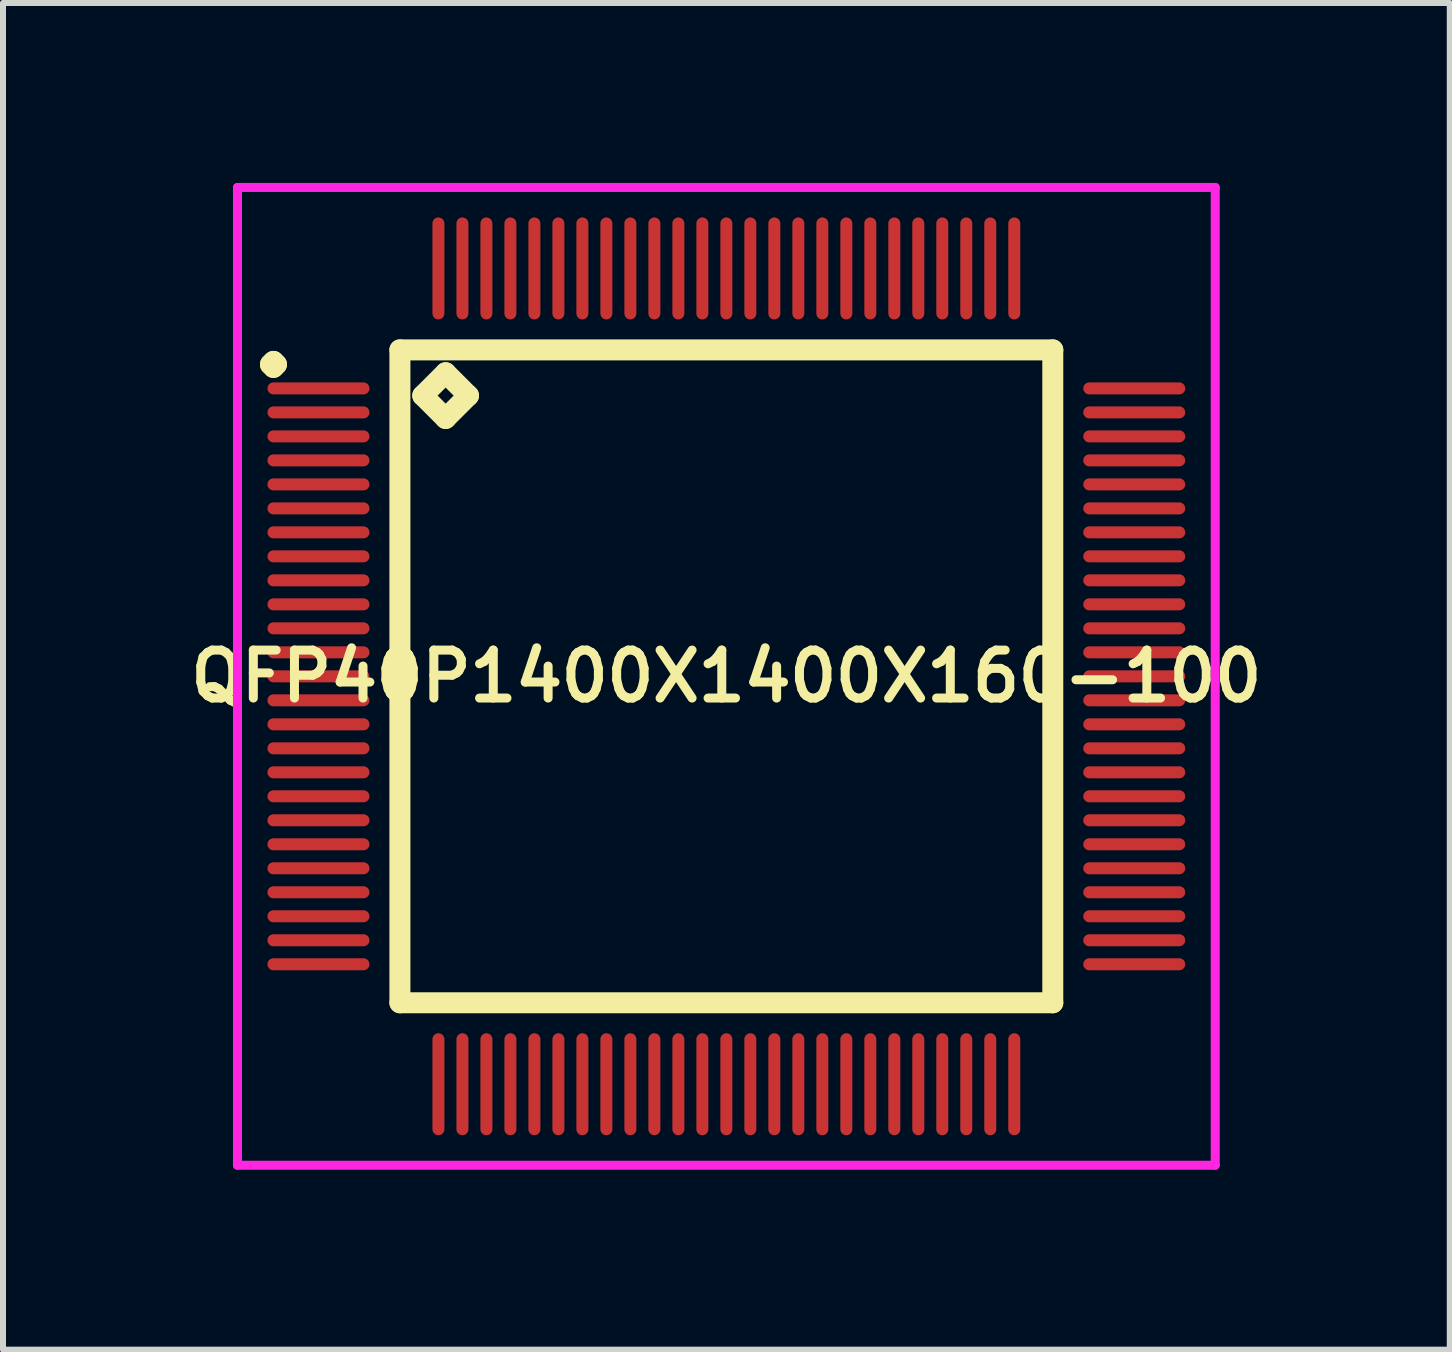
<source format=kicad_pcb>
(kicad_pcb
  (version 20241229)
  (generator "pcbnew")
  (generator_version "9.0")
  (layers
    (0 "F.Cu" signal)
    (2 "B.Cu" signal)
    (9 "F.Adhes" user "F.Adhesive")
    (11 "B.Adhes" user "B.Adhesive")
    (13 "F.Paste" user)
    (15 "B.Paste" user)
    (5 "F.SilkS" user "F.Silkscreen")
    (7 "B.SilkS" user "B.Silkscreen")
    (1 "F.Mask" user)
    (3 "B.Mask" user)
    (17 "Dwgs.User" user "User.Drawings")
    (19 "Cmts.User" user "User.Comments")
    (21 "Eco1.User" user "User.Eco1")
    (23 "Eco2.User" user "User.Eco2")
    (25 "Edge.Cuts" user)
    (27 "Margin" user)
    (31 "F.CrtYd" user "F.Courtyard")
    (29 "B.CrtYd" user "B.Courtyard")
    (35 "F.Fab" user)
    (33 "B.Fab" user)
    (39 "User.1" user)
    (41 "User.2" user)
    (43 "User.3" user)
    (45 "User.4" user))
  (footprint "QFP40P1400X1400X160-100"
    (layer "F.Cu")
    (at 9.059 8.225)
    (property "Reference" "QFP40P1400X1400X160-100" (at 0 0 0) (layer "F.SilkS") (effects (font (size 0.8 0.8) (thickness 0.15))))
    (attr smd)
    (fp_line (start -7.6 -5.2) (end -7.55 -5.25) (stroke (width 0.35) (type solid)) (layer "F.SilkS"))
    (fp_line (start -7.55 -5.25) (end -7.5 -5.2) (stroke (width 0.35) (type solid)) (layer "F.SilkS"))
    (fp_line (start -7.55 -5.15) (end -7.6 -5.2) (stroke (width 0.35) (type solid)) (layer "F.SilkS"))
    (fp_line (start -7.5 -5.2) (end -7.55 -5.15) (stroke (width 0.35) (type solid)) (layer "F.SilkS"))
    (fp_line (start -5.442 -5.442) (end -5.442 5.442) (stroke (width 0.35) (type solid)) (layer "F.SilkS"))
    (fp_line (start -5.442 5.442) (end 5.442 5.442) (stroke (width 0.35) (type solid)) (layer "F.SilkS"))
    (fp_line (start -5.061 -4.68) (end -4.68 -5.061) (stroke (width 0.35) (type solid)) (layer "F.SilkS"))
    (fp_line (start -4.68 -5.061) (end -4.299 -4.68) (stroke (width 0.35) (type solid)) (layer "F.SilkS"))
    (fp_line (start -4.68 -4.299) (end -5.061 -4.68) (stroke (width 0.35) (type solid)) (layer "F.SilkS"))
    (fp_line (start -4.299 -4.68) (end -4.68 -4.299) (stroke (width 0.35) (type solid)) (layer "F.SilkS"))
    (fp_line (start 5.442 -5.442) (end -5.442 -5.442) (stroke (width 0.35) (type solid)) (layer "F.SilkS"))
    (fp_line (start 5.442 5.442) (end 5.442 -5.442) (stroke (width 0.35) (type solid)) (layer "F.SilkS"))
    (fp_line (start -8.15 -8.15) (end 8.15 -8.15) (stroke (width 0.15) (type solid)) (layer "F.CrtYd"))
    (fp_line (start -8.15 8.15) (end -8.15 -8.15) (stroke (width 0.15) (type solid)) (layer "F.CrtYd"))
    (fp_line (start 8.15 -8.15) (end 8.15 8.15) (stroke (width 0.15) (type solid)) (layer "F.CrtYd"))
    (fp_line (start 8.15 8.15) (end -8.15 8.15) (stroke (width 0.15) (type solid)) (layer "F.CrtYd"))
    (pad "1" smd oval (at -6.8 -4.8) (size 1.7 0.2) (layers "F.Cu" "F.Mask" "F.Paste"))
    (pad "2" smd oval (at -6.8 -4.4) (size 1.7 0.2) (layers "F.Cu" "F.Mask" "F.Paste"))
    (pad "3" smd oval (at -6.8 -4) (size 1.7 0.2) (layers "F.Cu" "F.Mask" "F.Paste"))
    (pad "4" smd oval (at -6.8 -3.6) (size 1.7 0.2) (layers "F.Cu" "F.Mask" "F.Paste"))
    (pad "5" smd oval (at -6.8 -3.2) (size 1.7 0.2) (layers "F.Cu" "F.Mask" "F.Paste"))
    (pad "6" smd oval (at -6.8 -2.8) (size 1.7 0.2) (layers "F.Cu" "F.Mask" "F.Paste"))
    (pad "7" smd oval (at -6.8 -2.4) (size 1.7 0.2) (layers "F.Cu" "F.Mask" "F.Paste"))
    (pad "8" smd oval (at -6.8 -2) (size 1.7 0.2) (layers "F.Cu" "F.Mask" "F.Paste"))
    (pad "9" smd oval (at -6.8 -1.6) (size 1.7 0.2) (layers "F.Cu" "F.Mask" "F.Paste"))
    (pad "10" smd oval (at -6.8 -1.2) (size 1.7 0.2) (layers "F.Cu" "F.Mask" "F.Paste"))
    (pad "11" smd oval (at -6.8 -0.8) (size 1.7 0.2) (layers "F.Cu" "F.Mask" "F.Paste"))
    (pad "12" smd oval (at -6.8 -0.4) (size 1.7 0.2) (layers "F.Cu" "F.Mask" "F.Paste"))
    (pad "13" smd oval (at -6.8 0) (size 1.7 0.2) (layers "F.Cu" "F.Mask" "F.Paste"))
    (pad "14" smd oval (at -6.8 0.4) (size 1.7 0.2) (layers "F.Cu" "F.Mask" "F.Paste"))
    (pad "15" smd oval (at -6.8 0.8) (size 1.7 0.2) (layers "F.Cu" "F.Mask" "F.Paste"))
    (pad "16" smd oval (at -6.8 1.2) (size 1.7 0.2) (layers "F.Cu" "F.Mask" "F.Paste"))
    (pad "17" smd oval (at -6.8 1.6) (size 1.7 0.2) (layers "F.Cu" "F.Mask" "F.Paste"))
    (pad "18" smd oval (at -6.8 2) (size 1.7 0.2) (layers "F.Cu" "F.Mask" "F.Paste"))
    (pad "19" smd oval (at -6.8 2.4) (size 1.7 0.2) (layers "F.Cu" "F.Mask" "F.Paste"))
    (pad "20" smd oval (at -6.8 2.8) (size 1.7 0.2) (layers "F.Cu" "F.Mask" "F.Paste"))
    (pad "21" smd oval (at -6.8 3.2) (size 1.7 0.2) (layers "F.Cu" "F.Mask" "F.Paste"))
    (pad "22" smd oval (at -6.8 3.6) (size 1.7 0.2) (layers "F.Cu" "F.Mask" "F.Paste"))
    (pad "23" smd oval (at -6.8 4) (size 1.7 0.2) (layers "F.Cu" "F.Mask" "F.Paste"))
    (pad "24" smd oval (at -6.8 4.4) (size 1.7 0.2) (layers "F.Cu" "F.Mask" "F.Paste"))
    (pad "25" smd oval (at -6.8 4.8) (size 1.7 0.2) (layers "F.Cu" "F.Mask" "F.Paste"))
    (pad "26" smd oval (at -4.8 6.8) (size 0.2 1.7) (layers "F.Cu" "F.Mask" "F.Paste"))
    (pad "27" smd oval (at -4.4 6.8) (size 0.2 1.7) (layers "F.Cu" "F.Mask" "F.Paste"))
    (pad "28" smd oval (at -4 6.8) (size 0.2 1.7) (layers "F.Cu" "F.Mask" "F.Paste"))
    (pad "29" smd oval (at -3.6 6.8) (size 0.2 1.7) (layers "F.Cu" "F.Mask" "F.Paste"))
    (pad "30" smd oval (at -3.2 6.8) (size 0.2 1.7) (layers "F.Cu" "F.Mask" "F.Paste"))
    (pad "31" smd oval (at -2.8 6.8) (size 0.2 1.7) (layers "F.Cu" "F.Mask" "F.Paste"))
    (pad "32" smd oval (at -2.4 6.8) (size 0.2 1.7) (layers "F.Cu" "F.Mask" "F.Paste"))
    (pad "33" smd oval (at -2 6.8) (size 0.2 1.7) (layers "F.Cu" "F.Mask" "F.Paste"))
    (pad "34" smd oval (at -1.6 6.8) (size 0.2 1.7) (layers "F.Cu" "F.Mask" "F.Paste"))
    (pad "35" smd oval (at -1.2 6.8) (size 0.2 1.7) (layers "F.Cu" "F.Mask" "F.Paste"))
    (pad "36" smd oval (at -0.8 6.8) (size 0.2 1.7) (layers "F.Cu" "F.Mask" "F.Paste"))
    (pad "37" smd oval (at -0.4 6.8) (size 0.2 1.7) (layers "F.Cu" "F.Mask" "F.Paste"))
    (pad "38" smd oval (at 0 6.8) (size 0.2 1.7) (layers "F.Cu" "F.Mask" "F.Paste"))
    (pad "39" smd oval (at 0.4 6.8) (size 0.2 1.7) (layers "F.Cu" "F.Mask" "F.Paste"))
    (pad "40" smd oval (at 0.8 6.8) (size 0.2 1.7) (layers "F.Cu" "F.Mask" "F.Paste"))
    (pad "41" smd oval (at 1.2 6.8) (size 0.2 1.7) (layers "F.Cu" "F.Mask" "F.Paste"))
    (pad "42" smd oval (at 1.6 6.8) (size 0.2 1.7) (layers "F.Cu" "F.Mask" "F.Paste"))
    (pad "43" smd oval (at 2 6.8) (size 0.2 1.7) (layers "F.Cu" "F.Mask" "F.Paste"))
    (pad "44" smd oval (at 2.4 6.8) (size 0.2 1.7) (layers "F.Cu" "F.Mask" "F.Paste"))
    (pad "45" smd oval (at 2.8 6.8) (size 0.2 1.7) (layers "F.Cu" "F.Mask" "F.Paste"))
    (pad "46" smd oval (at 3.2 6.8) (size 0.2 1.7) (layers "F.Cu" "F.Mask" "F.Paste"))
    (pad "47" smd oval (at 3.6 6.8) (size 0.2 1.7) (layers "F.Cu" "F.Mask" "F.Paste"))
    (pad "48" smd oval (at 4 6.8) (size 0.2 1.7) (layers "F.Cu" "F.Mask" "F.Paste"))
    (pad "49" smd oval (at 4.4 6.8) (size 0.2 1.7) (layers "F.Cu" "F.Mask" "F.Paste"))
    (pad "50" smd oval (at 4.8 6.8) (size 0.2 1.7) (layers "F.Cu" "F.Mask" "F.Paste"))
    (pad "51" smd oval (at 6.8 4.8) (size 1.7 0.2) (layers "F.Cu" "F.Mask" "F.Paste"))
    (pad "52" smd oval (at 6.8 4.4) (size 1.7 0.2) (layers "F.Cu" "F.Mask" "F.Paste"))
    (pad "53" smd oval (at 6.8 4) (size 1.7 0.2) (layers "F.Cu" "F.Mask" "F.Paste"))
    (pad "54" smd oval (at 6.8 3.6) (size 1.7 0.2) (layers "F.Cu" "F.Mask" "F.Paste"))
    (pad "55" smd oval (at 6.8 3.2) (size 1.7 0.2) (layers "F.Cu" "F.Mask" "F.Paste"))
    (pad "56" smd oval (at 6.8 2.8) (size 1.7 0.2) (layers "F.Cu" "F.Mask" "F.Paste"))
    (pad "57" smd oval (at 6.8 2.4) (size 1.7 0.2) (layers "F.Cu" "F.Mask" "F.Paste"))
    (pad "58" smd oval (at 6.8 2) (size 1.7 0.2) (layers "F.Cu" "F.Mask" "F.Paste"))
    (pad "59" smd oval (at 6.8 1.6) (size 1.7 0.2) (layers "F.Cu" "F.Mask" "F.Paste"))
    (pad "60" smd oval (at 6.8 1.2) (size 1.7 0.2) (layers "F.Cu" "F.Mask" "F.Paste"))
    (pad "61" smd oval (at 6.8 0.8) (size 1.7 0.2) (layers "F.Cu" "F.Mask" "F.Paste"))
    (pad "62" smd oval (at 6.8 0.4) (size 1.7 0.2) (layers "F.Cu" "F.Mask" "F.Paste"))
    (pad "63" smd oval (at 6.8 0) (size 1.7 0.2) (layers "F.Cu" "F.Mask" "F.Paste"))
    (pad "64" smd oval (at 6.8 -0.4) (size 1.7 0.2) (layers "F.Cu" "F.Mask" "F.Paste"))
    (pad "65" smd oval (at 6.8 -0.8) (size 1.7 0.2) (layers "F.Cu" "F.Mask" "F.Paste"))
    (pad "66" smd oval (at 6.8 -1.2) (size 1.7 0.2) (layers "F.Cu" "F.Mask" "F.Paste"))
    (pad "67" smd oval (at 6.8 -1.6) (size 1.7 0.2) (layers "F.Cu" "F.Mask" "F.Paste"))
    (pad "68" smd oval (at 6.8 -2) (size 1.7 0.2) (layers "F.Cu" "F.Mask" "F.Paste"))
    (pad "69" smd oval (at 6.8 -2.4) (size 1.7 0.2) (layers "F.Cu" "F.Mask" "F.Paste"))
    (pad "70" smd oval (at 6.8 -2.8) (size 1.7 0.2) (layers "F.Cu" "F.Mask" "F.Paste"))
    (pad "71" smd oval (at 6.8 -3.2) (size 1.7 0.2) (layers "F.Cu" "F.Mask" "F.Paste"))
    (pad "72" smd oval (at 6.8 -3.6) (size 1.7 0.2) (layers "F.Cu" "F.Mask" "F.Paste"))
    (pad "73" smd oval (at 6.8 -4) (size 1.7 0.2) (layers "F.Cu" "F.Mask" "F.Paste"))
    (pad "74" smd oval (at 6.8 -4.4) (size 1.7 0.2) (layers "F.Cu" "F.Mask" "F.Paste"))
    (pad "75" smd oval (at 6.8 -4.8) (size 1.7 0.2) (layers "F.Cu" "F.Mask" "F.Paste"))
    (pad "76" smd oval (at 4.8 -6.8) (size 0.2 1.7) (layers "F.Cu" "F.Mask" "F.Paste"))
    (pad "77" smd oval (at 4.4 -6.8) (size 0.2 1.7) (layers "F.Cu" "F.Mask" "F.Paste"))
    (pad "78" smd oval (at 4 -6.8) (size 0.2 1.7) (layers "F.Cu" "F.Mask" "F.Paste"))
    (pad "79" smd oval (at 3.6 -6.8) (size 0.2 1.7) (layers "F.Cu" "F.Mask" "F.Paste"))
    (pad "80" smd oval (at 3.2 -6.8) (size 0.2 1.7) (layers "F.Cu" "F.Mask" "F.Paste"))
    (pad "81" smd oval (at 2.8 -6.8) (size 0.2 1.7) (layers "F.Cu" "F.Mask" "F.Paste"))
    (pad "82" smd oval (at 2.4 -6.8) (size 0.2 1.7) (layers "F.Cu" "F.Mask" "F.Paste"))
    (pad "83" smd oval (at 2 -6.8) (size 0.2 1.7) (layers "F.Cu" "F.Mask" "F.Paste"))
    (pad "84" smd oval (at 1.6 -6.8) (size 0.2 1.7) (layers "F.Cu" "F.Mask" "F.Paste"))
    (pad "85" smd oval (at 1.2 -6.8) (size 0.2 1.7) (layers "F.Cu" "F.Mask" "F.Paste"))
    (pad "86" smd oval (at 0.8 -6.8) (size 0.2 1.7) (layers "F.Cu" "F.Mask" "F.Paste"))
    (pad "87" smd oval (at 0.4 -6.8) (size 0.2 1.7) (layers "F.Cu" "F.Mask" "F.Paste"))
    (pad "88" smd oval (at 0 -6.8) (size 0.2 1.7) (layers "F.Cu" "F.Mask" "F.Paste"))
    (pad "89" smd oval (at -0.4 -6.8) (size 0.2 1.7) (layers "F.Cu" "F.Mask" "F.Paste"))
    (pad "90" smd oval (at -0.8 -6.8) (size 0.2 1.7) (layers "F.Cu" "F.Mask" "F.Paste"))
    (pad "91" smd oval (at -1.2 -6.8) (size 0.2 1.7) (layers "F.Cu" "F.Mask" "F.Paste"))
    (pad "92" smd oval (at -1.6 -6.8) (size 0.2 1.7) (layers "F.Cu" "F.Mask" "F.Paste"))
    (pad "93" smd oval (at -2 -6.8) (size 0.2 1.7) (layers "F.Cu" "F.Mask" "F.Paste"))
    (pad "94" smd oval (at -2.4 -6.8) (size 0.2 1.7) (layers "F.Cu" "F.Mask" "F.Paste"))
    (pad "95" smd oval (at -2.8 -6.8) (size 0.2 1.7) (layers "F.Cu" "F.Mask" "F.Paste"))
    (pad "96" smd oval (at -3.2 -6.8) (size 0.2 1.7) (layers "F.Cu" "F.Mask" "F.Paste"))
    (pad "97" smd oval (at -3.6 -6.8) (size 0.2 1.7) (layers "F.Cu" "F.Mask" "F.Paste"))
    (pad "98" smd oval (at -4 -6.8) (size 0.2 1.7) (layers "F.Cu" "F.Mask" "F.Paste"))
    (pad "99" smd oval (at -4.4 -6.8) (size 0.2 1.7) (layers "F.Cu" "F.Mask" "F.Paste"))
    (pad "100" smd oval (at -4.8 -6.8) (size 0.2 1.7) (layers "F.Cu" "F.Mask" "F.Paste")))
  (gr_rect
    (start -3 -3)
    (end 21.119 19.45)
    (stroke (width 0.1) (type default))
    (fill no)
    (layer "Edge.Cuts")))
</source>
